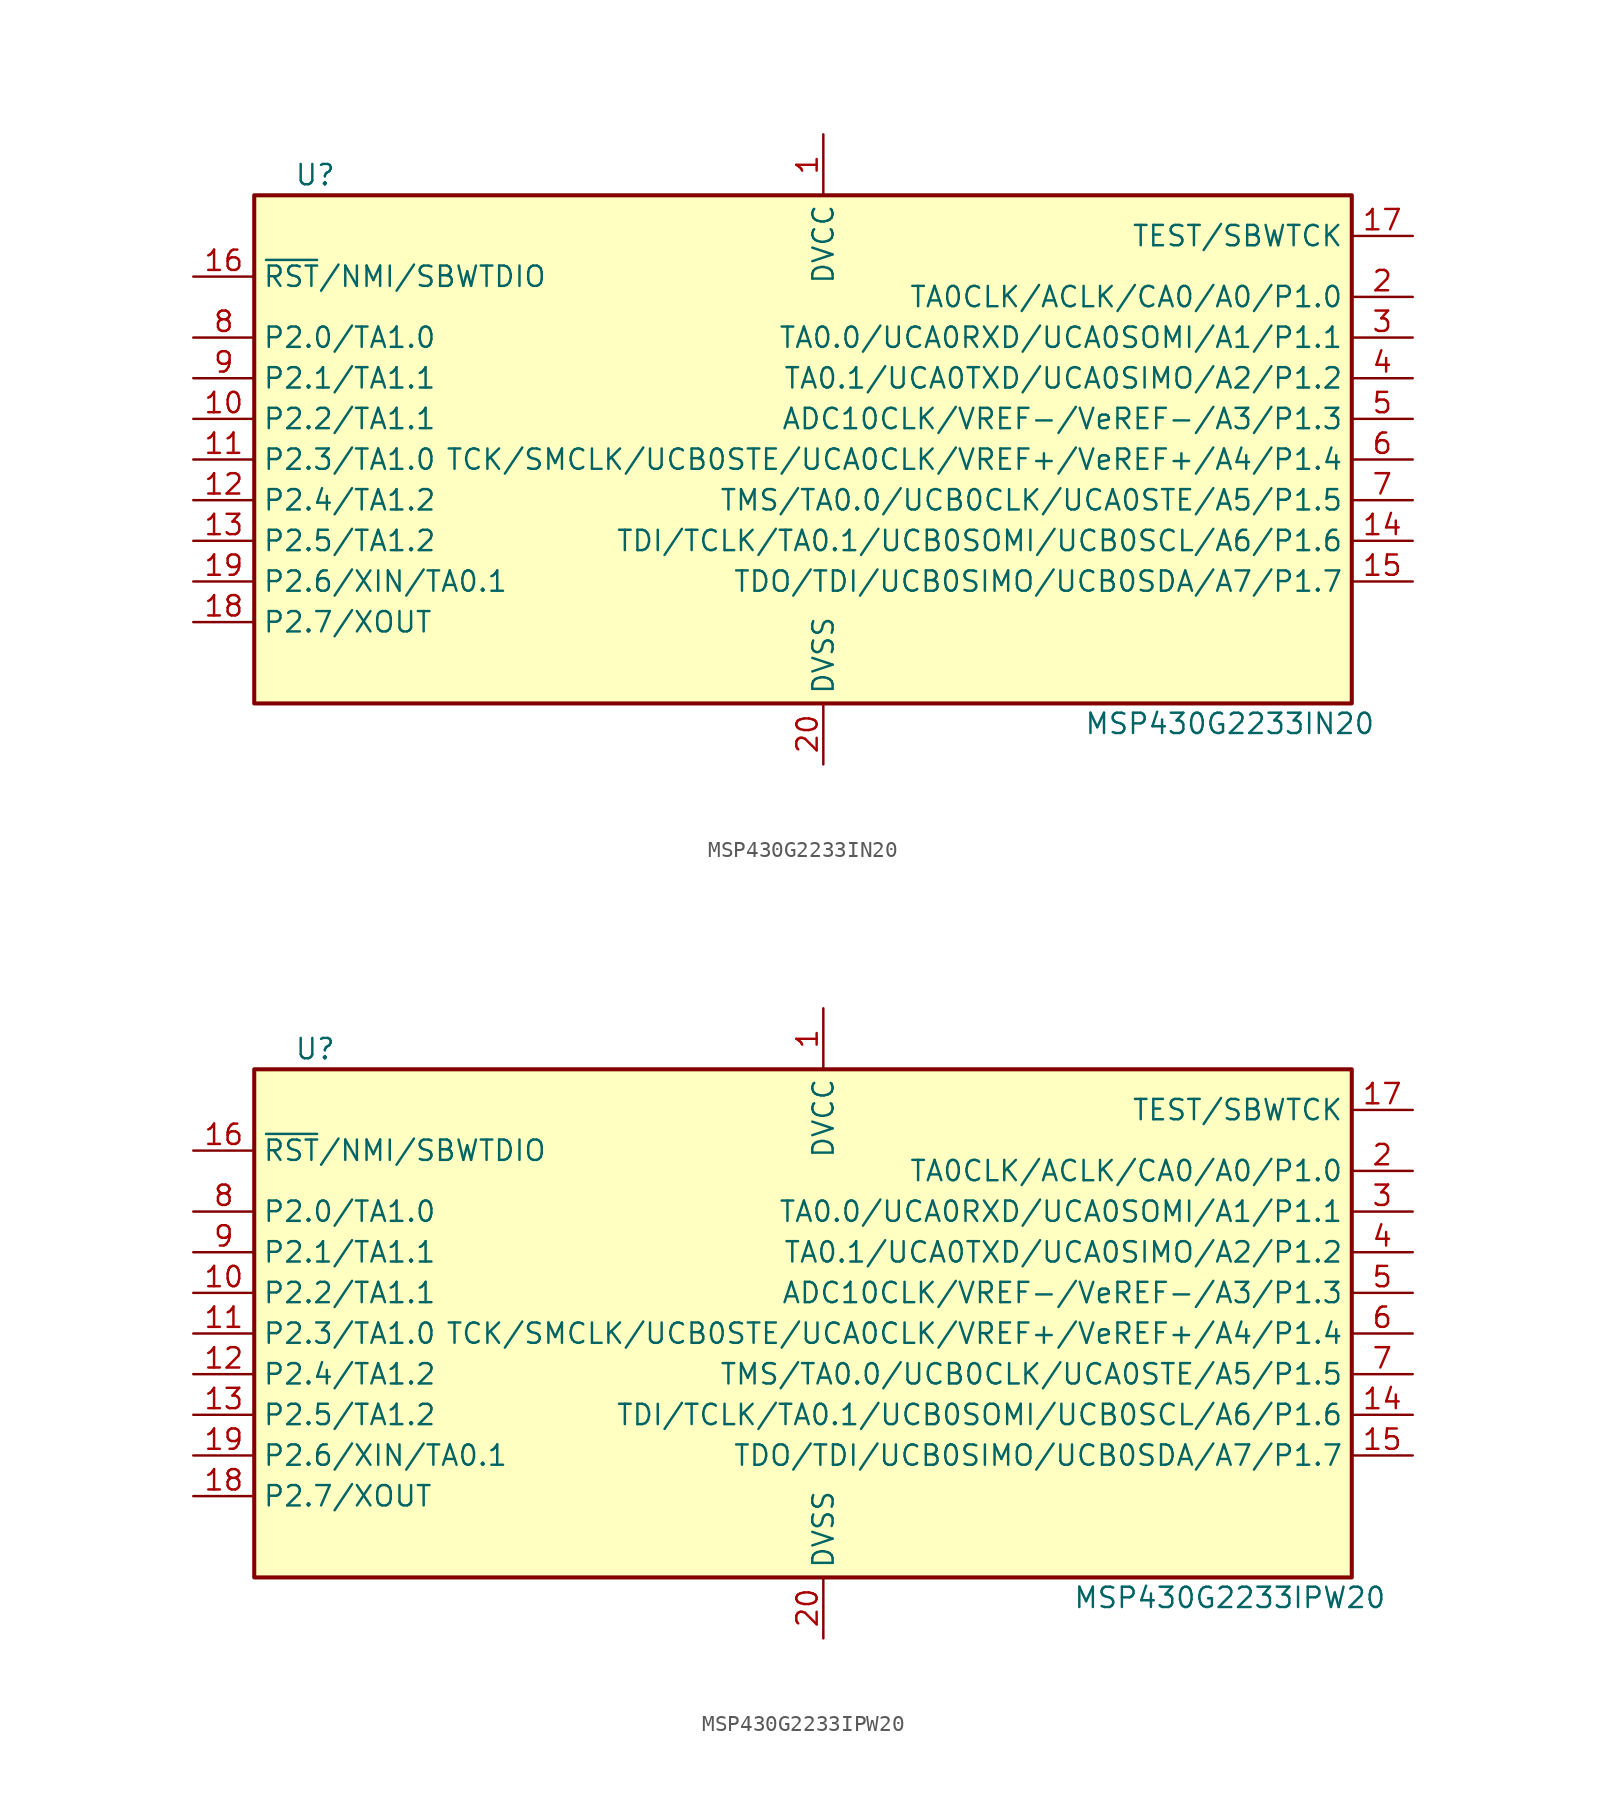
<source format=kicad_sym>
(kicad_symbol_lib
  (version 20231120)
  (generator "kicad_symbol_editor")
  (generator_version "8.0")
  (symbol "MSP430G2233IN20"
    (property "Reference" "U"
      (at -30.48 17.78 0)
      (effects (font (size 1.27 1.27))))
    (property "Value" "MSP430G2233IN20"
      (at 26.67 -16.51 0)
      (effects (font (size 1.27 1.27))))
    (symbol "MSP430G2233IN20_0_1"
      (rectangle (start -34.29 16.51) (end 34.29 -15.24) (stroke (width 0.254) (type default)) (fill (type background))))
    (symbol "MSP430G2233IN20_1_1"
      (pin power_in line (at 1.27 20.32 270) (length 3.81) (name "DVCC" (effects (font (size 1.27 1.27)))) (number "1" (effects (font (size 1.27 1.27)))))
      (pin bidirectional line (at -38.1 2.54 0) (length 3.81) (name "P2.2/TA1.1" (effects (font (size 1.27 1.27)))) (number "10" (effects (font (size 1.27 1.27)))))
      (pin bidirectional line (at -38.1 0 0) (length 3.81) (name "P2.3/TA1.0" (effects (font (size 1.27 1.27)))) (number "11" (effects (font (size 1.27 1.27)))))
      (pin bidirectional line (at -38.1 -2.54 0) (length 3.81) (name "P2.4/TA1.2" (effects (font (size 1.27 1.27)))) (number "12" (effects (font (size 1.27 1.27)))))
      (pin bidirectional line (at -38.1 -5.08 0) (length 3.81) (name "P2.5/TA1.2" (effects (font (size 1.27 1.27)))) (number "13" (effects (font (size 1.27 1.27)))))
      (pin bidirectional line (at 38.1 -5.08 180) (length 3.81) (name "TDI/TCLK/TA0.1/UCB0SOMI/UCB0SCL/A6/P1.6" (effects (font (size 1.27 1.27)))) (number "14" (effects (font (size 1.27 1.27)))))
      (pin bidirectional line (at 38.1 -7.62 180) (length 3.81) (name "TDO/TDI/UCB0SIMO/UCB0SDA/A7/P1.7" (effects (font (size 1.27 1.27)))) (number "15" (effects (font (size 1.27 1.27)))))
      (pin input line (at -38.1 11.43 0) (length 3.81) (name "~{RST}/NMI/SBWTDIO" (effects (font (size 1.27 1.27)))) (number "16" (effects (font (size 1.27 1.27)))))
      (pin input line (at 38.1 13.97 180) (length 3.81) (name "TEST/SBWTCK" (effects (font (size 1.27 1.27)))) (number "17" (effects (font (size 1.27 1.27)))))
      (pin bidirectional line (at -38.1 -10.16 0) (length 3.81) (name "P2.7/XOUT" (effects (font (size 1.27 1.27)))) (number "18" (effects (font (size 1.27 1.27)))))
      (pin bidirectional line (at -38.1 -7.62 0) (length 3.81) (name "P2.6/XIN/TA0.1" (effects (font (size 1.27 1.27)))) (number "19" (effects (font (size 1.27 1.27)))))
      (pin bidirectional line (at 38.1 10.16 180) (length 3.81) (name "TA0CLK/ACLK/CA0/A0/P1.0" (effects (font (size 1.27 1.27)))) (number "2" (effects (font (size 1.27 1.27)))))
      (pin power_in line (at 1.27 -19.05 90) (length 3.81) (name "DVSS" (effects (font (size 1.27 1.27)))) (number "20" (effects (font (size 1.27 1.27)))))
      (pin bidirectional line (at 38.1 7.62 180) (length 3.81) (name "TA0.0/UCA0RXD/UCA0SOMI/A1/P1.1" (effects (font (size 1.27 1.27)))) (number "3" (effects (font (size 1.27 1.27)))))
      (pin bidirectional line (at 38.1 5.08 180) (length 3.81) (name "TA0.1/UCA0TXD/UCA0SIMO/A2/P1.2" (effects (font (size 1.27 1.27)))) (number "4" (effects (font (size 1.27 1.27)))))
      (pin bidirectional line (at 38.1 2.54 180) (length 3.81) (name "ADC10CLK/VREF-/VeREF-/A3/P1.3" (effects (font (size 1.27 1.27)))) (number "5" (effects (font (size 1.27 1.27)))))
      (pin bidirectional line (at 38.1 0 180) (length 3.81) (name "TCK/SMCLK/UCB0STE/UCA0CLK/VREF+/VeREF+/A4/P1.4" (effects (font (size 1.27 1.27)))) (number "6" (effects (font (size 1.27 1.27)))))
      (pin bidirectional line (at 38.1 -2.54 180) (length 3.81) (name "TMS/TA0.0/UCB0CLK/UCA0STE/A5/P1.5" (effects (font (size 1.27 1.27)))) (number "7" (effects (font (size 1.27 1.27)))))
      (pin bidirectional line (at -38.1 7.62 0) (length 3.81) (name "P2.0/TA1.0" (effects (font (size 1.27 1.27)))) (number "8" (effects (font (size 1.27 1.27)))))
      (pin bidirectional line (at -38.1 5.08 0) (length 3.81) (name "P2.1/TA1.1" (effects (font (size 1.27 1.27)))) (number "9" (effects (font (size 1.27 1.27)))))))
  (symbol "MSP430G2233IPW20"
    (property "Reference" "U"
      (at -30.48 17.78 0)
      (effects (font (size 1.27 1.27))))
    (property "Value" "MSP430G2233IPW20"
      (at 26.67 -16.51 0)
      (effects (font (size 1.27 1.27))))
    (symbol "MSP430G2233IPW20_0_1"
      (rectangle (start -34.29 16.51) (end 34.29 -15.24) (stroke (width 0.254) (type default)) (fill (type background))))
    (symbol "MSP430G2233IPW20_1_1"
      (pin power_in line (at 1.27 20.32 270) (length 3.81) (name "DVCC" (effects (font (size 1.27 1.27)))) (number "1" (effects (font (size 1.27 1.27)))))
      (pin bidirectional line (at -38.1 2.54 0) (length 3.81) (name "P2.2/TA1.1" (effects (font (size 1.27 1.27)))) (number "10" (effects (font (size 1.27 1.27)))))
      (pin bidirectional line (at -38.1 0 0) (length 3.81) (name "P2.3/TA1.0" (effects (font (size 1.27 1.27)))) (number "11" (effects (font (size 1.27 1.27)))))
      (pin bidirectional line (at -38.1 -2.54 0) (length 3.81) (name "P2.4/TA1.2" (effects (font (size 1.27 1.27)))) (number "12" (effects (font (size 1.27 1.27)))))
      (pin bidirectional line (at -38.1 -5.08 0) (length 3.81) (name "P2.5/TA1.2" (effects (font (size 1.27 1.27)))) (number "13" (effects (font (size 1.27 1.27)))))
      (pin bidirectional line (at 38.1 -5.08 180) (length 3.81) (name "TDI/TCLK/TA0.1/UCB0SOMI/UCB0SCL/A6/P1.6" (effects (font (size 1.27 1.27)))) (number "14" (effects (font (size 1.27 1.27)))))
      (pin bidirectional line (at 38.1 -7.62 180) (length 3.81) (name "TDO/TDI/UCB0SIMO/UCB0SDA/A7/P1.7" (effects (font (size 1.27 1.27)))) (number "15" (effects (font (size 1.27 1.27)))))
      (pin input line (at -38.1 11.43 0) (length 3.81) (name "~{RST}/NMI/SBWTDIO" (effects (font (size 1.27 1.27)))) (number "16" (effects (font (size 1.27 1.27)))))
      (pin input line (at 38.1 13.97 180) (length 3.81) (name "TEST/SBWTCK" (effects (font (size 1.27 1.27)))) (number "17" (effects (font (size 1.27 1.27)))))
      (pin bidirectional line (at -38.1 -10.16 0) (length 3.81) (name "P2.7/XOUT" (effects (font (size 1.27 1.27)))) (number "18" (effects (font (size 1.27 1.27)))))
      (pin bidirectional line (at -38.1 -7.62 0) (length 3.81) (name "P2.6/XIN/TA0.1" (effects (font (size 1.27 1.27)))) (number "19" (effects (font (size 1.27 1.27)))))
      (pin bidirectional line (at 38.1 10.16 180) (length 3.81) (name "TA0CLK/ACLK/CA0/A0/P1.0" (effects (font (size 1.27 1.27)))) (number "2" (effects (font (size 1.27 1.27)))))
      (pin power_in line (at 1.27 -19.05 90) (length 3.81) (name "DVSS" (effects (font (size 1.27 1.27)))) (number "20" (effects (font (size 1.27 1.27)))))
      (pin bidirectional line (at 38.1 7.62 180) (length 3.81) (name "TA0.0/UCA0RXD/UCA0SOMI/A1/P1.1" (effects (font (size 1.27 1.27)))) (number "3" (effects (font (size 1.27 1.27)))))
      (pin bidirectional line (at 38.1 5.08 180) (length 3.81) (name "TA0.1/UCA0TXD/UCA0SIMO/A2/P1.2" (effects (font (size 1.27 1.27)))) (number "4" (effects (font (size 1.27 1.27)))))
      (pin bidirectional line (at 38.1 2.54 180) (length 3.81) (name "ADC10CLK/VREF-/VeREF-/A3/P1.3" (effects (font (size 1.27 1.27)))) (number "5" (effects (font (size 1.27 1.27)))))
      (pin bidirectional line (at 38.1 0 180) (length 3.81) (name "TCK/SMCLK/UCB0STE/UCA0CLK/VREF+/VeREF+/A4/P1.4" (effects (font (size 1.27 1.27)))) (number "6" (effects (font (size 1.27 1.27)))))
      (pin bidirectional line (at 38.1 -2.54 180) (length 3.81) (name "TMS/TA0.0/UCB0CLK/UCA0STE/A5/P1.5" (effects (font (size 1.27 1.27)))) (number "7" (effects (font (size 1.27 1.27)))))
      (pin bidirectional line (at -38.1 7.62 0) (length 3.81) (name "P2.0/TA1.0" (effects (font (size 1.27 1.27)))) (number "8" (effects (font (size 1.27 1.27)))))
      (pin bidirectional line (at -38.1 5.08 0) (length 3.81) (name "P2.1/TA1.1" (effects (font (size 1.27 1.27)))) (number "9" (effects (font (size 1.27 1.27))))))))
</source>
